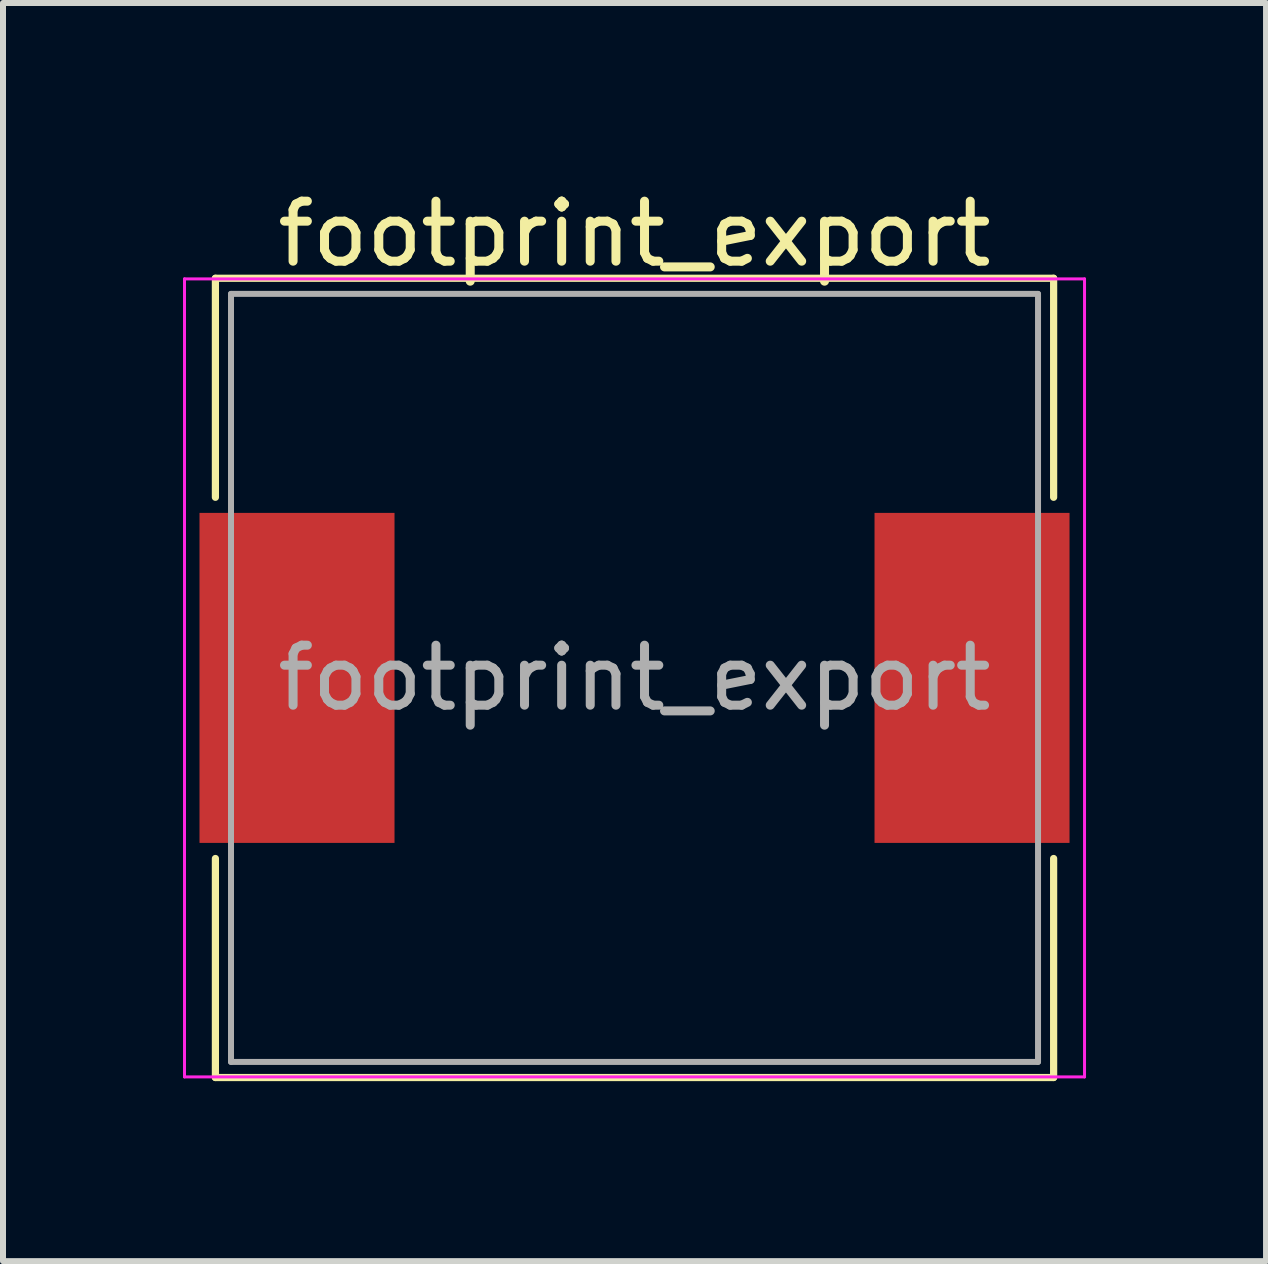
<source format=kicad_pcb>
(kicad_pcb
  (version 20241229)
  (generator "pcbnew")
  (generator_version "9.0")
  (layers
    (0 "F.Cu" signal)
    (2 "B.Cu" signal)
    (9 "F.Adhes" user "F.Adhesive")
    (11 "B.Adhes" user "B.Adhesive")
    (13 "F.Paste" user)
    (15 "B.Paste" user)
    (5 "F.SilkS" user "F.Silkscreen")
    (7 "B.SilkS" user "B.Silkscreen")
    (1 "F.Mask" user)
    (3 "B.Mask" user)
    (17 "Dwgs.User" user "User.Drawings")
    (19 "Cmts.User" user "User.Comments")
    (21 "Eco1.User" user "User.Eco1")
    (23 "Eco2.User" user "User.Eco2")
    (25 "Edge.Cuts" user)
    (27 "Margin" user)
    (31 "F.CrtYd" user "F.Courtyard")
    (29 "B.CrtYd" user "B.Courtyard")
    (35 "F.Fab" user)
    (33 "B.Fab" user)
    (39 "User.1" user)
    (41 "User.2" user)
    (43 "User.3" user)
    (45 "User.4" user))
  (footprint "footprint_export"
    (layer "F.Cu")
    (at 7.525 8.248)
    (property "Reference" "footprint_export" (at 0 -7.4 0) (layer "F.SilkS") (effects (font (size 1 1) (thickness 0.15))))
    (attr smd)
    (fp_line (start -6.985 -6.66) (end -6.985 -3.01) (stroke (width 0.12) (type solid)) (layer "F.SilkS"))
    (fp_line (start -6.985 -6.66) (end 6.985 -6.66) (stroke (width 0.12) (type solid)) (layer "F.SilkS"))
    (fp_line (start -6.985 6.66) (end -6.985 3.01) (stroke (width 0.12) (type solid)) (layer "F.SilkS"))
    (fp_line (start -6.985 6.66) (end 6.985 6.66) (stroke (width 0.12) (type solid)) (layer "F.SilkS"))
    (fp_line (start 6.985 -6.66) (end 6.985 -3.01) (stroke (width 0.12) (type solid)) (layer "F.SilkS"))
    (fp_line (start 6.985 6.66) (end 6.985 3.01) (stroke (width 0.12) (type solid)) (layer "F.SilkS"))
    (fp_line (start -7.5 -6.65) (end -7.5 6.65) (stroke (width 0.05) (type solid)) (layer "F.CrtYd"))
    (fp_line (start -7.5 6.65) (end 7.5 6.65) (stroke (width 0.05) (type solid)) (layer "F.CrtYd"))
    (fp_line (start 7.5 -6.65) (end -7.5 -6.65) (stroke (width 0.05) (type solid)) (layer "F.CrtYd"))
    (fp_line (start 7.5 6.65) (end 7.5 -6.65) (stroke (width 0.05) (type solid)) (layer "F.CrtYd"))
    (fp_line (start -6.725 -6.4) (end -6.725 6.4) (stroke (width 0.1) (type solid)) (layer "F.Fab"))
    (fp_line (start -6.725 6.4) (end 6.725 6.4) (stroke (width 0.1) (type solid)) (layer "F.Fab"))
    (fp_line (start 6.725 -6.4) (end -6.725 -6.4) (stroke (width 0.1) (type solid)) (layer "F.Fab"))
    (fp_line (start 6.725 6.4) (end 6.725 -6.4) (stroke (width 0.1) (type solid)) (layer "F.Fab"))
    (fp_text user "${REFERENCE}" (at 0 0 0) (layer "F.Fab") (effects (font (size 1 1) (thickness 0.15))))
    (pad "1" smd rect (at -5.625 0) (size 3.25 5.5) (layers "F.Cu" "F.Mask" "F.Paste"))
    (pad "2" smd rect (at 5.625 0) (size 3.25 5.5) (layers "F.Cu" "F.Mask" "F.Paste")))
  (gr_rect
    (start -3 -3)
    (end 18.05 17.968)
    (stroke (width 0.1) (type default))
    (fill no)
    (layer "Edge.Cuts")))
</source>
